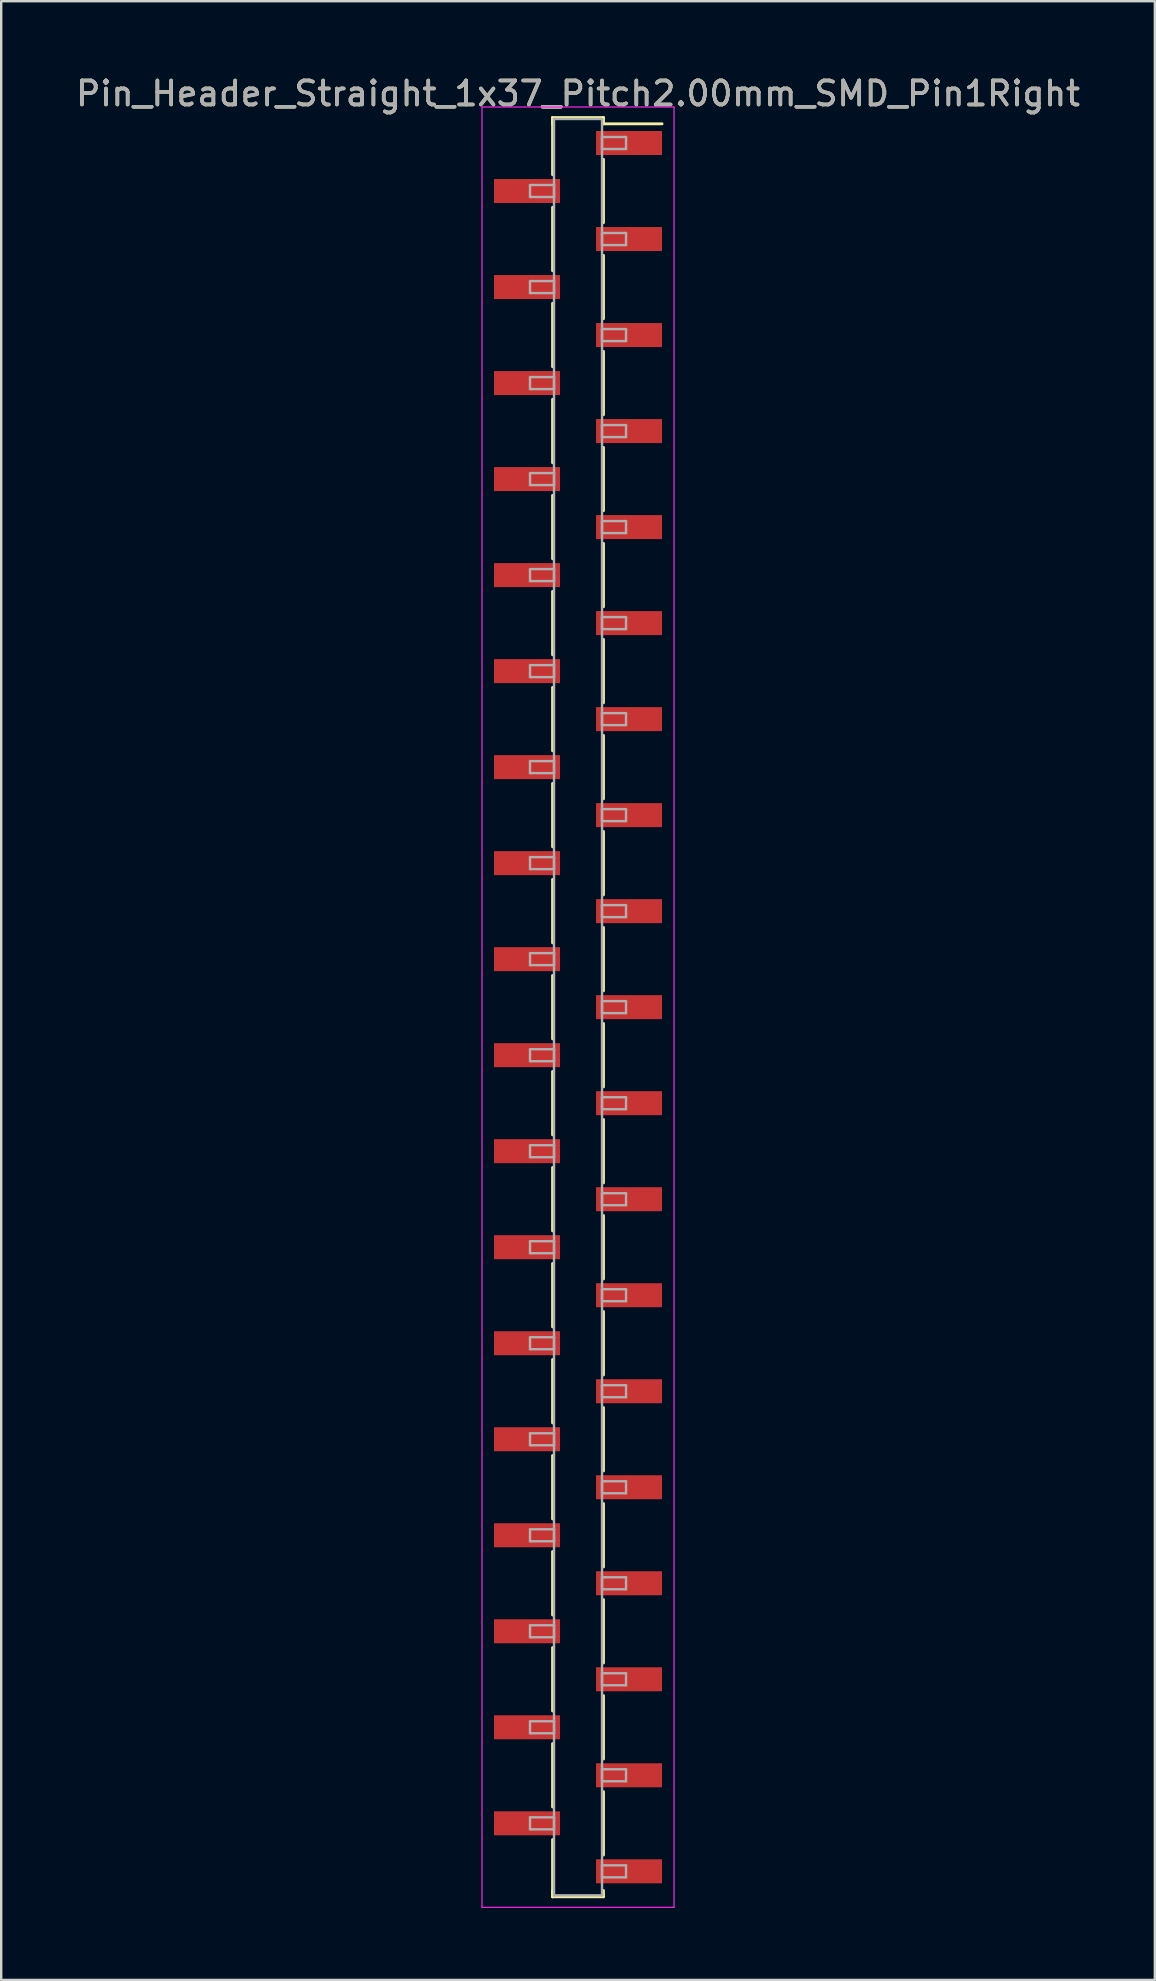
<source format=kicad_pcb>
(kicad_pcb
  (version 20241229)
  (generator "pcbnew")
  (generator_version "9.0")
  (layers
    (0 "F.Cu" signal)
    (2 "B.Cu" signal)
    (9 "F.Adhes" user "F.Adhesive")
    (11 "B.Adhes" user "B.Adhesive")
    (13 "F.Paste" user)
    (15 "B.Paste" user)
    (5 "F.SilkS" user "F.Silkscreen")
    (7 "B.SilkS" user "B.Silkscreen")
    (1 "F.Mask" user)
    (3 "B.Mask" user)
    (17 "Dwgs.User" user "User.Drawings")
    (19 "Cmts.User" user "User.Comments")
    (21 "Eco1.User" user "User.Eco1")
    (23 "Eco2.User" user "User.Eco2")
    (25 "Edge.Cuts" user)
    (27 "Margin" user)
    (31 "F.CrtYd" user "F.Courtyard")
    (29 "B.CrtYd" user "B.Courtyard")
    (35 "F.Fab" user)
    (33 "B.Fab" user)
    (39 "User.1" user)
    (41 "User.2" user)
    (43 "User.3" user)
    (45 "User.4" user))
  (footprint "Pin_Header_Straight_1x37_Pitch2.00mm_SMD_Pin1Right"
    (layer "F.Cu")
    (at 21.03 38.908)
    (property "Reference" "Pin_Header_Straight_1x37_Pitch2.00mm_SMD_Pin1Right" (at 0 -38.06 0) (layer "F.SilkS") (effects (font (size 1 1) (thickness 0.15))))
    (attr smd)
    (fp_line (start -1.06 -37.06) (end -1.06 -34.68) (stroke (width 0.12) (type solid)) (layer "F.SilkS"))
    (fp_line (start -1.06 -37.06) (end 1.06 -37.06) (stroke (width 0.12) (type solid)) (layer "F.SilkS"))
    (fp_line (start -1.06 -36.8) (end -1.06 -37.06) (stroke (width 0.12) (type solid)) (layer "F.SilkS"))
    (fp_line (start -1.06 -33.32) (end -1.06 -30.68) (stroke (width 0.12) (type solid)) (layer "F.SilkS"))
    (fp_line (start -1.06 -29.32) (end -1.06 -26.68) (stroke (width 0.12) (type solid)) (layer "F.SilkS"))
    (fp_line (start -1.06 -25.32) (end -1.06 -22.68) (stroke (width 0.12) (type solid)) (layer "F.SilkS"))
    (fp_line (start -1.06 -21.32) (end -1.06 -18.68) (stroke (width 0.12) (type solid)) (layer "F.SilkS"))
    (fp_line (start -1.06 -17.32) (end -1.06 -14.68) (stroke (width 0.12) (type solid)) (layer "F.SilkS"))
    (fp_line (start -1.06 -13.32) (end -1.06 -10.68) (stroke (width 0.12) (type solid)) (layer "F.SilkS"))
    (fp_line (start -1.06 -9.32) (end -1.06 -6.68) (stroke (width 0.12) (type solid)) (layer "F.SilkS"))
    (fp_line (start -1.06 -5.32) (end -1.06 -2.68) (stroke (width 0.12) (type solid)) (layer "F.SilkS"))
    (fp_line (start -1.06 -1.32) (end -1.06 1.32) (stroke (width 0.12) (type solid)) (layer "F.SilkS"))
    (fp_line (start -1.06 2.68) (end -1.06 5.32) (stroke (width 0.12) (type solid)) (layer "F.SilkS"))
    (fp_line (start -1.06 6.68) (end -1.06 9.32) (stroke (width 0.12) (type solid)) (layer "F.SilkS"))
    (fp_line (start -1.06 10.68) (end -1.06 13.32) (stroke (width 0.12) (type solid)) (layer "F.SilkS"))
    (fp_line (start -1.06 14.68) (end -1.06 17.32) (stroke (width 0.12) (type solid)) (layer "F.SilkS"))
    (fp_line (start -1.06 18.68) (end -1.06 21.32) (stroke (width 0.12) (type solid)) (layer "F.SilkS"))
    (fp_line (start -1.06 22.68) (end -1.06 25.32) (stroke (width 0.12) (type solid)) (layer "F.SilkS"))
    (fp_line (start -1.06 26.68) (end -1.06 29.32) (stroke (width 0.12) (type solid)) (layer "F.SilkS"))
    (fp_line (start -1.06 30.68) (end -1.06 33.32) (stroke (width 0.12) (type solid)) (layer "F.SilkS"))
    (fp_line (start -1.06 34.68) (end -1.06 37.06) (stroke (width 0.12) (type solid)) (layer "F.SilkS"))
    (fp_line (start -1.06 36.8) (end -1.06 37.06) (stroke (width 0.12) (type solid)) (layer "F.SilkS"))
    (fp_line (start -1.06 37.06) (end 1.06 37.06) (stroke (width 0.12) (type solid)) (layer "F.SilkS"))
    (fp_line (start 1.06 -37.06) (end 1.06 -36.8) (stroke (width 0.12) (type solid)) (layer "F.SilkS"))
    (fp_line (start 1.06 -36.8) (end 3.5 -36.8) (stroke (width 0.12) (type solid)) (layer "F.SilkS"))
    (fp_line (start 1.06 -35.32) (end 1.06 -32.68) (stroke (width 0.12) (type solid)) (layer "F.SilkS"))
    (fp_line (start 1.06 -31.32) (end 1.06 -28.68) (stroke (width 0.12) (type solid)) (layer "F.SilkS"))
    (fp_line (start 1.06 -27.32) (end 1.06 -24.68) (stroke (width 0.12) (type solid)) (layer "F.SilkS"))
    (fp_line (start 1.06 -23.32) (end 1.06 -20.68) (stroke (width 0.12) (type solid)) (layer "F.SilkS"))
    (fp_line (start 1.06 -19.32) (end 1.06 -16.68) (stroke (width 0.12) (type solid)) (layer "F.SilkS"))
    (fp_line (start 1.06 -15.32) (end 1.06 -12.68) (stroke (width 0.12) (type solid)) (layer "F.SilkS"))
    (fp_line (start 1.06 -11.32) (end 1.06 -8.68) (stroke (width 0.12) (type solid)) (layer "F.SilkS"))
    (fp_line (start 1.06 -7.32) (end 1.06 -4.68) (stroke (width 0.12) (type solid)) (layer "F.SilkS"))
    (fp_line (start 1.06 -3.32) (end 1.06 -0.68) (stroke (width 0.12) (type solid)) (layer "F.SilkS"))
    (fp_line (start 1.06 0.68) (end 1.06 3.32) (stroke (width 0.12) (type solid)) (layer "F.SilkS"))
    (fp_line (start 1.06 4.68) (end 1.06 7.32) (stroke (width 0.12) (type solid)) (layer "F.SilkS"))
    (fp_line (start 1.06 8.68) (end 1.06 11.32) (stroke (width 0.12) (type solid)) (layer "F.SilkS"))
    (fp_line (start 1.06 12.68) (end 1.06 15.32) (stroke (width 0.12) (type solid)) (layer "F.SilkS"))
    (fp_line (start 1.06 16.68) (end 1.06 19.32) (stroke (width 0.12) (type solid)) (layer "F.SilkS"))
    (fp_line (start 1.06 20.68) (end 1.06 23.32) (stroke (width 0.12) (type solid)) (layer "F.SilkS"))
    (fp_line (start 1.06 24.68) (end 1.06 27.32) (stroke (width 0.12) (type solid)) (layer "F.SilkS"))
    (fp_line (start 1.06 28.68) (end 1.06 31.32) (stroke (width 0.12) (type solid)) (layer "F.SilkS"))
    (fp_line (start 1.06 32.68) (end 1.06 35.32) (stroke (width 0.12) (type solid)) (layer "F.SilkS"))
    (fp_line (start 1.06 37.06) (end 1.06 36.8) (stroke (width 0.12) (type solid)) (layer "F.SilkS"))
    (fp_line (start -4 -37.5) (end -4 37.5) (stroke (width 0.05) (type solid)) (layer "F.CrtYd"))
    (fp_line (start -4 37.5) (end 4 37.5) (stroke (width 0.05) (type solid)) (layer "F.CrtYd"))
    (fp_line (start 4 -37.5) (end -4 -37.5) (stroke (width 0.05) (type solid)) (layer "F.CrtYd"))
    (fp_line (start 4 37.5) (end 4 -37.5) (stroke (width 0.05) (type solid)) (layer "F.CrtYd"))
    (fp_line (start -2 -34.25) (end -1 -34.25) (stroke (width 0.1) (type solid)) (layer "F.Fab"))
    (fp_line (start -2 -33.75) (end -2 -34.25) (stroke (width 0.1) (type solid)) (layer "F.Fab"))
    (fp_line (start -2 -30.25) (end -1 -30.25) (stroke (width 0.1) (type solid)) (layer "F.Fab"))
    (fp_line (start -2 -29.75) (end -2 -30.25) (stroke (width 0.1) (type solid)) (layer "F.Fab"))
    (fp_line (start -2 -26.25) (end -1 -26.25) (stroke (width 0.1) (type solid)) (layer "F.Fab"))
    (fp_line (start -2 -25.75) (end -2 -26.25) (stroke (width 0.1) (type solid)) (layer "F.Fab"))
    (fp_line (start -2 -22.25) (end -1 -22.25) (stroke (width 0.1) (type solid)) (layer "F.Fab"))
    (fp_line (start -2 -21.75) (end -2 -22.25) (stroke (width 0.1) (type solid)) (layer "F.Fab"))
    (fp_line (start -2 -18.25) (end -1 -18.25) (stroke (width 0.1) (type solid)) (layer "F.Fab"))
    (fp_line (start -2 -17.75) (end -2 -18.25) (stroke (width 0.1) (type solid)) (layer "F.Fab"))
    (fp_line (start -2 -14.25) (end -1 -14.25) (stroke (width 0.1) (type solid)) (layer "F.Fab"))
    (fp_line (start -2 -13.75) (end -2 -14.25) (stroke (width 0.1) (type solid)) (layer "F.Fab"))
    (fp_line (start -2 -10.25) (end -1 -10.25) (stroke (width 0.1) (type solid)) (layer "F.Fab"))
    (fp_line (start -2 -9.75) (end -2 -10.25) (stroke (width 0.1) (type solid)) (layer "F.Fab"))
    (fp_line (start -2 -6.25) (end -1 -6.25) (stroke (width 0.1) (type solid)) (layer "F.Fab"))
    (fp_line (start -2 -5.75) (end -2 -6.25) (stroke (width 0.1) (type solid)) (layer "F.Fab"))
    (fp_line (start -2 -2.25) (end -1 -2.25) (stroke (width 0.1) (type solid)) (layer "F.Fab"))
    (fp_line (start -2 -1.75) (end -2 -2.25) (stroke (width 0.1) (type solid)) (layer "F.Fab"))
    (fp_line (start -2 1.75) (end -1 1.75) (stroke (width 0.1) (type solid)) (layer "F.Fab"))
    (fp_line (start -2 2.25) (end -2 1.75) (stroke (width 0.1) (type solid)) (layer "F.Fab"))
    (fp_line (start -2 5.75) (end -1 5.75) (stroke (width 0.1) (type solid)) (layer "F.Fab"))
    (fp_line (start -2 6.25) (end -2 5.75) (stroke (width 0.1) (type solid)) (layer "F.Fab"))
    (fp_line (start -2 9.75) (end -1 9.75) (stroke (width 0.1) (type solid)) (layer "F.Fab"))
    (fp_line (start -2 10.25) (end -2 9.75) (stroke (width 0.1) (type solid)) (layer "F.Fab"))
    (fp_line (start -2 13.75) (end -1 13.75) (stroke (width 0.1) (type solid)) (layer "F.Fab"))
    (fp_line (start -2 14.25) (end -2 13.75) (stroke (width 0.1) (type solid)) (layer "F.Fab"))
    (fp_line (start -2 17.75) (end -1 17.75) (stroke (width 0.1) (type solid)) (layer "F.Fab"))
    (fp_line (start -2 18.25) (end -2 17.75) (stroke (width 0.1) (type solid)) (layer "F.Fab"))
    (fp_line (start -2 21.75) (end -1 21.75) (stroke (width 0.1) (type solid)) (layer "F.Fab"))
    (fp_line (start -2 22.25) (end -2 21.75) (stroke (width 0.1) (type solid)) (layer "F.Fab"))
    (fp_line (start -2 25.75) (end -1 25.75) (stroke (width 0.1) (type solid)) (layer "F.Fab"))
    (fp_line (start -2 26.25) (end -2 25.75) (stroke (width 0.1) (type solid)) (layer "F.Fab"))
    (fp_line (start -2 29.75) (end -1 29.75) (stroke (width 0.1) (type solid)) (layer "F.Fab"))
    (fp_line (start -2 30.25) (end -2 29.75) (stroke (width 0.1) (type solid)) (layer "F.Fab"))
    (fp_line (start -2 33.75) (end -1 33.75) (stroke (width 0.1) (type solid)) (layer "F.Fab"))
    (fp_line (start -2 34.25) (end -2 33.75) (stroke (width 0.1) (type solid)) (layer "F.Fab"))
    (fp_line (start -1 -37) (end -1 37) (stroke (width 0.1) (type solid)) (layer "F.Fab"))
    (fp_line (start -1 -34.25) (end -1 -33.75) (stroke (width 0.1) (type solid)) (layer "F.Fab"))
    (fp_line (start -1 -33.75) (end -2 -33.75) (stroke (width 0.1) (type solid)) (layer "F.Fab"))
    (fp_line (start -1 -30.25) (end -1 -29.75) (stroke (width 0.1) (type solid)) (layer "F.Fab"))
    (fp_line (start -1 -29.75) (end -2 -29.75) (stroke (width 0.1) (type solid)) (layer "F.Fab"))
    (fp_line (start -1 -26.25) (end -1 -25.75) (stroke (width 0.1) (type solid)) (layer "F.Fab"))
    (fp_line (start -1 -25.75) (end -2 -25.75) (stroke (width 0.1) (type solid)) (layer "F.Fab"))
    (fp_line (start -1 -22.25) (end -1 -21.75) (stroke (width 0.1) (type solid)) (layer "F.Fab"))
    (fp_line (start -1 -21.75) (end -2 -21.75) (stroke (width 0.1) (type solid)) (layer "F.Fab"))
    (fp_line (start -1 -18.25) (end -1 -17.75) (stroke (width 0.1) (type solid)) (layer "F.Fab"))
    (fp_line (start -1 -17.75) (end -2 -17.75) (stroke (width 0.1) (type solid)) (layer "F.Fab"))
    (fp_line (start -1 -14.25) (end -1 -13.75) (stroke (width 0.1) (type solid)) (layer "F.Fab"))
    (fp_line (start -1 -13.75) (end -2 -13.75) (stroke (width 0.1) (type solid)) (layer "F.Fab"))
    (fp_line (start -1 -10.25) (end -1 -9.75) (stroke (width 0.1) (type solid)) (layer "F.Fab"))
    (fp_line (start -1 -9.75) (end -2 -9.75) (stroke (width 0.1) (type solid)) (layer "F.Fab"))
    (fp_line (start -1 -6.25) (end -1 -5.75) (stroke (width 0.1) (type solid)) (layer "F.Fab"))
    (fp_line (start -1 -5.75) (end -2 -5.75) (stroke (width 0.1) (type solid)) (layer "F.Fab"))
    (fp_line (start -1 -2.25) (end -1 -1.75) (stroke (width 0.1) (type solid)) (layer "F.Fab"))
    (fp_line (start -1 -1.75) (end -2 -1.75) (stroke (width 0.1) (type solid)) (layer "F.Fab"))
    (fp_line (start -1 1.75) (end -1 2.25) (stroke (width 0.1) (type solid)) (layer "F.Fab"))
    (fp_line (start -1 2.25) (end -2 2.25) (stroke (width 0.1) (type solid)) (layer "F.Fab"))
    (fp_line (start -1 5.75) (end -1 6.25) (stroke (width 0.1) (type solid)) (layer "F.Fab"))
    (fp_line (start -1 6.25) (end -2 6.25) (stroke (width 0.1) (type solid)) (layer "F.Fab"))
    (fp_line (start -1 9.75) (end -1 10.25) (stroke (width 0.1) (type solid)) (layer "F.Fab"))
    (fp_line (start -1 10.25) (end -2 10.25) (stroke (width 0.1) (type solid)) (layer "F.Fab"))
    (fp_line (start -1 13.75) (end -1 14.25) (stroke (width 0.1) (type solid)) (layer "F.Fab"))
    (fp_line (start -1 14.25) (end -2 14.25) (stroke (width 0.1) (type solid)) (layer "F.Fab"))
    (fp_line (start -1 17.75) (end -1 18.25) (stroke (width 0.1) (type solid)) (layer "F.Fab"))
    (fp_line (start -1 18.25) (end -2 18.25) (stroke (width 0.1) (type solid)) (layer "F.Fab"))
    (fp_line (start -1 21.75) (end -1 22.25) (stroke (width 0.1) (type solid)) (layer "F.Fab"))
    (fp_line (start -1 22.25) (end -2 22.25) (stroke (width 0.1) (type solid)) (layer "F.Fab"))
    (fp_line (start -1 25.75) (end -1 26.25) (stroke (width 0.1) (type solid)) (layer "F.Fab"))
    (fp_line (start -1 26.25) (end -2 26.25) (stroke (width 0.1) (type solid)) (layer "F.Fab"))
    (fp_line (start -1 29.75) (end -1 30.25) (stroke (width 0.1) (type solid)) (layer "F.Fab"))
    (fp_line (start -1 30.25) (end -2 30.25) (stroke (width 0.1) (type solid)) (layer "F.Fab"))
    (fp_line (start -1 33.75) (end -1 34.25) (stroke (width 0.1) (type solid)) (layer "F.Fab"))
    (fp_line (start -1 34.25) (end -2 34.25) (stroke (width 0.1) (type solid)) (layer "F.Fab"))
    (fp_line (start -1 37) (end 1 37) (stroke (width 0.1) (type solid)) (layer "F.Fab"))
    (fp_line (start 1 -37) (end -1 -37) (stroke (width 0.1) (type solid)) (layer "F.Fab"))
    (fp_line (start 1 -36.25) (end 1 -35.75) (stroke (width 0.1) (type solid)) (layer "F.Fab"))
    (fp_line (start 1 -35.75) (end 2 -35.75) (stroke (width 0.1) (type solid)) (layer "F.Fab"))
    (fp_line (start 1 -32.25) (end 1 -31.75) (stroke (width 0.1) (type solid)) (layer "F.Fab"))
    (fp_line (start 1 -31.75) (end 2 -31.75) (stroke (width 0.1) (type solid)) (layer "F.Fab"))
    (fp_line (start 1 -28.25) (end 1 -27.75) (stroke (width 0.1) (type solid)) (layer "F.Fab"))
    (fp_line (start 1 -27.75) (end 2 -27.75) (stroke (width 0.1) (type solid)) (layer "F.Fab"))
    (fp_line (start 1 -24.25) (end 1 -23.75) (stroke (width 0.1) (type solid)) (layer "F.Fab"))
    (fp_line (start 1 -23.75) (end 2 -23.75) (stroke (width 0.1) (type solid)) (layer "F.Fab"))
    (fp_line (start 1 -20.25) (end 1 -19.75) (stroke (width 0.1) (type solid)) (layer "F.Fab"))
    (fp_line (start 1 -19.75) (end 2 -19.75) (stroke (width 0.1) (type solid)) (layer "F.Fab"))
    (fp_line (start 1 -16.25) (end 1 -15.75) (stroke (width 0.1) (type solid)) (layer "F.Fab"))
    (fp_line (start 1 -15.75) (end 2 -15.75) (stroke (width 0.1) (type solid)) (layer "F.Fab"))
    (fp_line (start 1 -12.25) (end 1 -11.75) (stroke (width 0.1) (type solid)) (layer "F.Fab"))
    (fp_line (start 1 -11.75) (end 2 -11.75) (stroke (width 0.1) (type solid)) (layer "F.Fab"))
    (fp_line (start 1 -8.25) (end 1 -7.75) (stroke (width 0.1) (type solid)) (layer "F.Fab"))
    (fp_line (start 1 -7.75) (end 2 -7.75) (stroke (width 0.1) (type solid)) (layer "F.Fab"))
    (fp_line (start 1 -4.25) (end 1 -3.75) (stroke (width 0.1) (type solid)) (layer "F.Fab"))
    (fp_line (start 1 -3.75) (end 2 -3.75) (stroke (width 0.1) (type solid)) (layer "F.Fab"))
    (fp_line (start 1 -0.25) (end 1 0.25) (stroke (width 0.1) (type solid)) (layer "F.Fab"))
    (fp_line (start 1 0.25) (end 2 0.25) (stroke (width 0.1) (type solid)) (layer "F.Fab"))
    (fp_line (start 1 3.75) (end 1 4.25) (stroke (width 0.1) (type solid)) (layer "F.Fab"))
    (fp_line (start 1 4.25) (end 2 4.25) (stroke (width 0.1) (type solid)) (layer "F.Fab"))
    (fp_line (start 1 7.75) (end 1 8.25) (stroke (width 0.1) (type solid)) (layer "F.Fab"))
    (fp_line (start 1 8.25) (end 2 8.25) (stroke (width 0.1) (type solid)) (layer "F.Fab"))
    (fp_line (start 1 11.75) (end 1 12.25) (stroke (width 0.1) (type solid)) (layer "F.Fab"))
    (fp_line (start 1 12.25) (end 2 12.25) (stroke (width 0.1) (type solid)) (layer "F.Fab"))
    (fp_line (start 1 15.75) (end 1 16.25) (stroke (width 0.1) (type solid)) (layer "F.Fab"))
    (fp_line (start 1 16.25) (end 2 16.25) (stroke (width 0.1) (type solid)) (layer "F.Fab"))
    (fp_line (start 1 19.75) (end 1 20.25) (stroke (width 0.1) (type solid)) (layer "F.Fab"))
    (fp_line (start 1 20.25) (end 2 20.25) (stroke (width 0.1) (type solid)) (layer "F.Fab"))
    (fp_line (start 1 23.75) (end 1 24.25) (stroke (width 0.1) (type solid)) (layer "F.Fab"))
    (fp_line (start 1 24.25) (end 2 24.25) (stroke (width 0.1) (type solid)) (layer "F.Fab"))
    (fp_line (start 1 27.75) (end 1 28.25) (stroke (width 0.1) (type solid)) (layer "F.Fab"))
    (fp_line (start 1 28.25) (end 2 28.25) (stroke (width 0.1) (type solid)) (layer "F.Fab"))
    (fp_line (start 1 31.75) (end 1 32.25) (stroke (width 0.1) (type solid)) (layer "F.Fab"))
    (fp_line (start 1 32.25) (end 2 32.25) (stroke (width 0.1) (type solid)) (layer "F.Fab"))
    (fp_line (start 1 35.75) (end 1 36.25) (stroke (width 0.1) (type solid)) (layer "F.Fab"))
    (fp_line (start 1 36.25) (end 2 36.25) (stroke (width 0.1) (type solid)) (layer "F.Fab"))
    (fp_line (start 1 37) (end 1 -37) (stroke (width 0.1) (type solid)) (layer "F.Fab"))
    (fp_line (start 2 -36.25) (end 1 -36.25) (stroke (width 0.1) (type solid)) (layer "F.Fab"))
    (fp_line (start 2 -35.75) (end 2 -36.25) (stroke (width 0.1) (type solid)) (layer "F.Fab"))
    (fp_line (start 2 -32.25) (end 1 -32.25) (stroke (width 0.1) (type solid)) (layer "F.Fab"))
    (fp_line (start 2 -31.75) (end 2 -32.25) (stroke (width 0.1) (type solid)) (layer "F.Fab"))
    (fp_line (start 2 -28.25) (end 1 -28.25) (stroke (width 0.1) (type solid)) (layer "F.Fab"))
    (fp_line (start 2 -27.75) (end 2 -28.25) (stroke (width 0.1) (type solid)) (layer "F.Fab"))
    (fp_line (start 2 -24.25) (end 1 -24.25) (stroke (width 0.1) (type solid)) (layer "F.Fab"))
    (fp_line (start 2 -23.75) (end 2 -24.25) (stroke (width 0.1) (type solid)) (layer "F.Fab"))
    (fp_line (start 2 -20.25) (end 1 -20.25) (stroke (width 0.1) (type solid)) (layer "F.Fab"))
    (fp_line (start 2 -19.75) (end 2 -20.25) (stroke (width 0.1) (type solid)) (layer "F.Fab"))
    (fp_line (start 2 -16.25) (end 1 -16.25) (stroke (width 0.1) (type solid)) (layer "F.Fab"))
    (fp_line (start 2 -15.75) (end 2 -16.25) (stroke (width 0.1) (type solid)) (layer "F.Fab"))
    (fp_line (start 2 -12.25) (end 1 -12.25) (stroke (width 0.1) (type solid)) (layer "F.Fab"))
    (fp_line (start 2 -11.75) (end 2 -12.25) (stroke (width 0.1) (type solid)) (layer "F.Fab"))
    (fp_line (start 2 -8.25) (end 1 -8.25) (stroke (width 0.1) (type solid)) (layer "F.Fab"))
    (fp_line (start 2 -7.75) (end 2 -8.25) (stroke (width 0.1) (type solid)) (layer "F.Fab"))
    (fp_line (start 2 -4.25) (end 1 -4.25) (stroke (width 0.1) (type solid)) (layer "F.Fab"))
    (fp_line (start 2 -3.75) (end 2 -4.25) (stroke (width 0.1) (type solid)) (layer "F.Fab"))
    (fp_line (start 2 -0.25) (end 1 -0.25) (stroke (width 0.1) (type solid)) (layer "F.Fab"))
    (fp_line (start 2 0.25) (end 2 -0.25) (stroke (width 0.1) (type solid)) (layer "F.Fab"))
    (fp_line (start 2 3.75) (end 1 3.75) (stroke (width 0.1) (type solid)) (layer "F.Fab"))
    (fp_line (start 2 4.25) (end 2 3.75) (stroke (width 0.1) (type solid)) (layer "F.Fab"))
    (fp_line (start 2 7.75) (end 1 7.75) (stroke (width 0.1) (type solid)) (layer "F.Fab"))
    (fp_line (start 2 8.25) (end 2 7.75) (stroke (width 0.1) (type solid)) (layer "F.Fab"))
    (fp_line (start 2 11.75) (end 1 11.75) (stroke (width 0.1) (type solid)) (layer "F.Fab"))
    (fp_line (start 2 12.25) (end 2 11.75) (stroke (width 0.1) (type solid)) (layer "F.Fab"))
    (fp_line (start 2 15.75) (end 1 15.75) (stroke (width 0.1) (type solid)) (layer "F.Fab"))
    (fp_line (start 2 16.25) (end 2 15.75) (stroke (width 0.1) (type solid)) (layer "F.Fab"))
    (fp_line (start 2 19.75) (end 1 19.75) (stroke (width 0.1) (type solid)) (layer "F.Fab"))
    (fp_line (start 2 20.25) (end 2 19.75) (stroke (width 0.1) (type solid)) (layer "F.Fab"))
    (fp_line (start 2 23.75) (end 1 23.75) (stroke (width 0.1) (type solid)) (layer "F.Fab"))
    (fp_line (start 2 24.25) (end 2 23.75) (stroke (width 0.1) (type solid)) (layer "F.Fab"))
    (fp_line (start 2 27.75) (end 1 27.75) (stroke (width 0.1) (type solid)) (layer "F.Fab"))
    (fp_line (start 2 28.25) (end 2 27.75) (stroke (width 0.1) (type solid)) (layer "F.Fab"))
    (fp_line (start 2 31.75) (end 1 31.75) (stroke (width 0.1) (type solid)) (layer "F.Fab"))
    (fp_line (start 2 32.25) (end 2 31.75) (stroke (width 0.1) (type solid)) (layer "F.Fab"))
    (fp_line (start 2 35.75) (end 1 35.75) (stroke (width 0.1) (type solid)) (layer "F.Fab"))
    (fp_line (start 2 36.25) (end 2 35.75) (stroke (width 0.1) (type solid)) (layer "F.Fab"))
    (fp_text user "${REFERENCE}" (at 0 -38.06 0) (layer "F.Fab") (effects (font (size 1 1) (thickness 0.15))))
    (pad "1" smd rect (at 2.125 -36) (size 2.75 1) (layers "F.Cu" "F.Mask" "F.Paste"))
    (pad "2" smd rect (at -2.125 -34) (size 2.75 1) (layers "F.Cu" "F.Mask" "F.Paste"))
    (pad "3" smd rect (at 2.125 -32) (size 2.75 1) (layers "F.Cu" "F.Mask" "F.Paste"))
    (pad "4" smd rect (at -2.125 -30) (size 2.75 1) (layers "F.Cu" "F.Mask" "F.Paste"))
    (pad "5" smd rect (at 2.125 -28) (size 2.75 1) (layers "F.Cu" "F.Mask" "F.Paste"))
    (pad "6" smd rect (at -2.125 -26) (size 2.75 1) (layers "F.Cu" "F.Mask" "F.Paste"))
    (pad "7" smd rect (at 2.125 -24) (size 2.75 1) (layers "F.Cu" "F.Mask" "F.Paste"))
    (pad "8" smd rect (at -2.125 -22) (size 2.75 1) (layers "F.Cu" "F.Mask" "F.Paste"))
    (pad "9" smd rect (at 2.125 -20) (size 2.75 1) (layers "F.Cu" "F.Mask" "F.Paste"))
    (pad "10" smd rect (at -2.125 -18) (size 2.75 1) (layers "F.Cu" "F.Mask" "F.Paste"))
    (pad "11" smd rect (at 2.125 -16) (size 2.75 1) (layers "F.Cu" "F.Mask" "F.Paste"))
    (pad "12" smd rect (at -2.125 -14) (size 2.75 1) (layers "F.Cu" "F.Mask" "F.Paste"))
    (pad "13" smd rect (at 2.125 -12) (size 2.75 1) (layers "F.Cu" "F.Mask" "F.Paste"))
    (pad "14" smd rect (at -2.125 -10) (size 2.75 1) (layers "F.Cu" "F.Mask" "F.Paste"))
    (pad "15" smd rect (at 2.125 -8) (size 2.75 1) (layers "F.Cu" "F.Mask" "F.Paste"))
    (pad "16" smd rect (at -2.125 -6) (size 2.75 1) (layers "F.Cu" "F.Mask" "F.Paste"))
    (pad "17" smd rect (at 2.125 -4) (size 2.75 1) (layers "F.Cu" "F.Mask" "F.Paste"))
    (pad "18" smd rect (at -2.125 -2) (size 2.75 1) (layers "F.Cu" "F.Mask" "F.Paste"))
    (pad "19" smd rect (at 2.125 0) (size 2.75 1) (layers "F.Cu" "F.Mask" "F.Paste"))
    (pad "20" smd rect (at -2.125 2) (size 2.75 1) (layers "F.Cu" "F.Mask" "F.Paste"))
    (pad "21" smd rect (at 2.125 4) (size 2.75 1) (layers "F.Cu" "F.Mask" "F.Paste"))
    (pad "22" smd rect (at -2.125 6) (size 2.75 1) (layers "F.Cu" "F.Mask" "F.Paste"))
    (pad "23" smd rect (at 2.125 8) (size 2.75 1) (layers "F.Cu" "F.Mask" "F.Paste"))
    (pad "24" smd rect (at -2.125 10) (size 2.75 1) (layers "F.Cu" "F.Mask" "F.Paste"))
    (pad "25" smd rect (at 2.125 12) (size 2.75 1) (layers "F.Cu" "F.Mask" "F.Paste"))
    (pad "26" smd rect (at -2.125 14) (size 2.75 1) (layers "F.Cu" "F.Mask" "F.Paste"))
    (pad "27" smd rect (at 2.125 16) (size 2.75 1) (layers "F.Cu" "F.Mask" "F.Paste"))
    (pad "28" smd rect (at -2.125 18) (size 2.75 1) (layers "F.Cu" "F.Mask" "F.Paste"))
    (pad "29" smd rect (at 2.125 20) (size 2.75 1) (layers "F.Cu" "F.Mask" "F.Paste"))
    (pad "30" smd rect (at -2.125 22) (size 2.75 1) (layers "F.Cu" "F.Mask" "F.Paste"))
    (pad "31" smd rect (at 2.125 24) (size 2.75 1) (layers "F.Cu" "F.Mask" "F.Paste"))
    (pad "32" smd rect (at -2.125 26) (size 2.75 1) (layers "F.Cu" "F.Mask" "F.Paste"))
    (pad "33" smd rect (at 2.125 28) (size 2.75 1) (layers "F.Cu" "F.Mask" "F.Paste"))
    (pad "34" smd rect (at -2.125 30) (size 2.75 1) (layers "F.Cu" "F.Mask" "F.Paste"))
    (pad "35" smd rect (at 2.125 32) (size 2.75 1) (layers "F.Cu" "F.Mask" "F.Paste"))
    (pad "36" smd rect (at -2.125 34) (size 2.75 1) (layers "F.Cu" "F.Mask" "F.Paste"))
    (pad "37" smd rect (at 2.125 36) (size 2.75 1) (layers "F.Cu" "F.Mask" "F.Paste")))
  (gr_rect
    (start -3 -3)
    (end 45.06 79.433)
    (stroke (width 0.1) (type default))
    (fill no)
    (layer "Edge.Cuts")))
</source>
